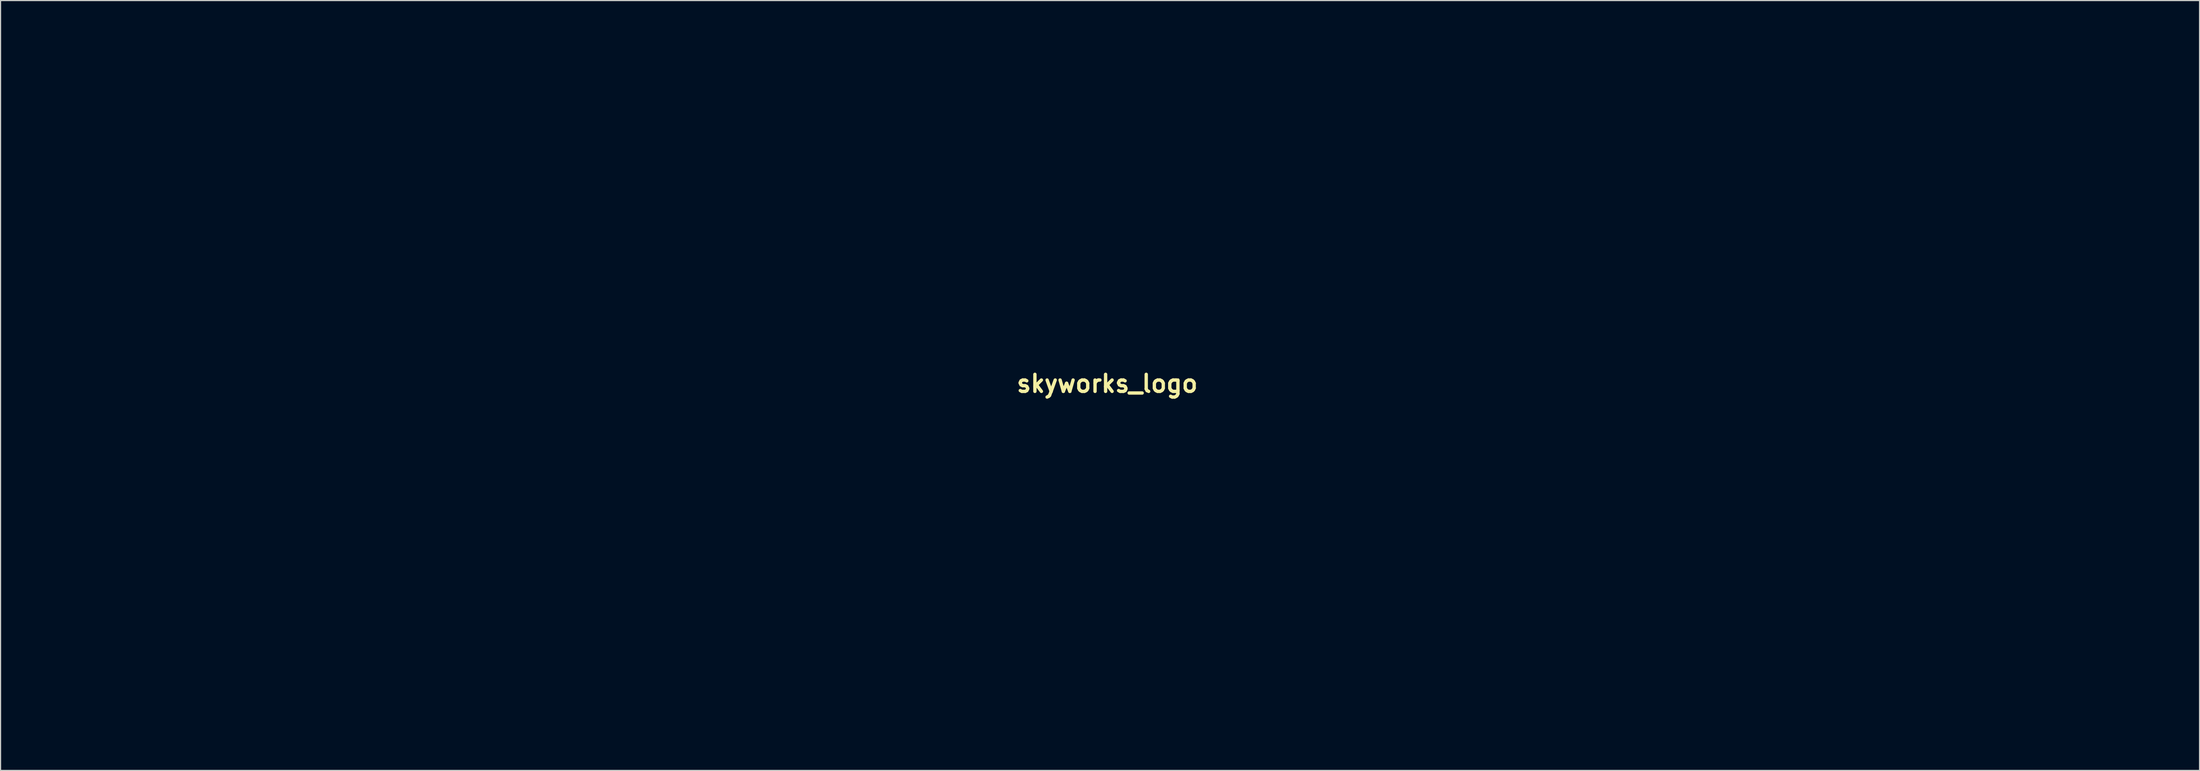
<source format=kicad_pcb>
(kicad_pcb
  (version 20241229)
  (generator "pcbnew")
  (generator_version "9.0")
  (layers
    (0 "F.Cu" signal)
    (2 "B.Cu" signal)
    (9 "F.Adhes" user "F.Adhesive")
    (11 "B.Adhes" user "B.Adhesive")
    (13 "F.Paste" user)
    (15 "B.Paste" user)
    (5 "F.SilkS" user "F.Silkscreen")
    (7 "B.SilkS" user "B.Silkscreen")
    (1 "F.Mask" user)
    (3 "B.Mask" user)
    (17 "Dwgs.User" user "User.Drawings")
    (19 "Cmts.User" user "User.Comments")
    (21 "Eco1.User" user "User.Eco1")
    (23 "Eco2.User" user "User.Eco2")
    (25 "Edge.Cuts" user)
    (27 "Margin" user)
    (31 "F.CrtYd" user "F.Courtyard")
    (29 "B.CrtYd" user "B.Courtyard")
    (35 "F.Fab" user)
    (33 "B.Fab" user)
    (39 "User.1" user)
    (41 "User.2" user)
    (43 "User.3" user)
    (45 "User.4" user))
  (footprint "skyworks_logo"
    (layer "F.Cu")
    (at 95.842 31.243)
    (property "Reference" "skyworks_logo" (at 0 0 0) (layer "F.SilkS") (effects (font (size 1.524 1.524) (thickness 0.3))))
    (attr through_hole)
    (fp_poly (pts (xy 76.793 -1.185) (xy 71.12 -1.185) (xy 71.12 8.128) (xy 77.555 8.128) (xy 77.555 10.245) (xy 62.315 10.245) (xy 62.315 8.128) (xy 68.665 8.128) (xy 68.665 -1.185) (xy 63.161 -1.185) (xy 63.161 -3.217) (xy 76.793 -3.217) (xy 76.793 -1.185)) (stroke (width 0.01) (type solid)) (fill no) (layer "Eco2.User"))
    (fp_poly (pts (xy 55.945 0.19) (xy 56.719 0.567) (xy 57.456 0.932) (xy 58.142 1.28) (xy 58.762 1.601) (xy 59.302 1.889) (xy 59.747 2.134) (xy 60.083 2.331) (xy 60.294 2.47) (xy 60.367 2.544) (xy 60.329 2.647) (xy 60.228 2.853) (xy 60.085 3.127) (xy 59.919 3.431) (xy 59.751 3.73) (xy 59.601 3.986) (xy 59.489 4.164) (xy 59.436 4.226) (xy 59.352 4.184) (xy 59.148 4.071) (xy 58.847 3.9) (xy 58.475 3.685) (xy 58.166 3.506) (xy 57.686 3.232) (xy 57.104 2.912) (xy 56.472 2.571) (xy 55.84 2.238) (xy 55.309 1.966) (xy 54.831 1.721) (xy 54.407 1.498) (xy 54.062 1.31) (xy 53.815 1.169) (xy 53.691 1.085) (xy 53.679 1.072) (xy 53.726 0.977) (xy 53.852 0.778) (xy 54.036 0.508) (xy 54.188 0.295) (xy 54.697 -0.411) (xy 55.945 0.19)) (stroke (width 0.01) (type solid)) (fill no) (layer "Eco2.User"))
    (fp_poly (pts (xy 79.35 20.267) (xy 79.59 20.335) (xy 79.705 20.456) (xy 79.733 20.609) (xy 79.75 20.869) (xy 79.757 21.196) (xy 79.755 21.551) (xy 79.744 21.892) (xy 79.726 22.18) (xy 79.701 22.375) (xy 79.673 22.437) (xy 79.545 22.416) (xy 79.323 22.365) (xy 79.226 22.34) (xy 78.698 22.277) (xy 78.21 22.371) (xy 77.783 22.61) (xy 77.442 22.986) (xy 77.331 23.178) (xy 77.283 23.293) (xy 77.244 23.434) (xy 77.213 23.622) (xy 77.189 23.879) (xy 77.17 24.228) (xy 77.155 24.689) (xy 77.14 25.283) (xy 77.131 25.739) (xy 77.089 27.982) (xy 75.925 28.006) (xy 74.761 28.029) (xy 74.761 20.405) (xy 77.131 20.405) (xy 77.132 21.061) (xy 77.133 21.717) (xy 77.388 21.273) (xy 77.586 20.987) (xy 77.819 20.733) (xy 77.958 20.621) (xy 78.296 20.446) (xy 78.665 20.326) (xy 79.029 20.265) (xy 79.35 20.267)) (stroke (width 0.01) (type solid)) (fill no) (layer "Eco2.User"))
    (fp_poly (pts (xy 53.417 -4.405) (xy 53.472 -4.323) (xy 53.536 -4.16) (xy 53.623 -3.89) (xy 53.743 -3.489) (xy 53.767 -3.408) (xy 53.949 -2.794) (xy 60.113 -2.794) (xy 60.113 0.598) (xy 59.118 0.574) (xy 58.124 0.55) (xy 58.099 -0.233) (xy 58.075 -1.017) (xy 52.681 -0.995) (xy 47.286 -0.974) (xy 47.262 -0.191) (xy 47.238 0.593) (xy 46.281 0.593) (xy 45.895 0.588) (xy 45.575 0.577) (xy 45.355 0.56) (xy 45.275 0.543) (xy 45.259 0.446) (xy 45.244 0.207) (xy 45.232 -0.147) (xy 45.222 -0.591) (xy 45.216 -1.097) (xy 45.216 -1.151) (xy 45.206 -2.794) (xy 48.426 -2.794) (xy 49.146 -2.796) (xy 49.809 -2.8) (xy 50.399 -2.807) (xy 50.895 -2.817) (xy 51.28 -2.828) (xy 51.535 -2.841) (xy 51.643 -2.855) (xy 51.645 -2.857) (xy 51.621 -2.963) (xy 51.558 -3.187) (xy 51.469 -3.485) (xy 51.443 -3.567) (xy 51.243 -4.213) (xy 52.186 -4.317) (xy 52.582 -4.36) (xy 52.927 -4.397) (xy 53.18 -4.423) (xy 53.288 -4.433) (xy 53.36 -4.434) (xy 53.417 -4.405)) (stroke (width 0.01) (type solid)) (fill no) (layer "Eco2.User"))
    (fp_poly (pts (xy 83.163 20.321) (xy 83.185 23.878) (xy 84.286 22.145) (xy 85.386 20.412) (xy 86.762 20.408) (xy 87.223 20.41) (xy 87.619 20.415) (xy 87.92 20.425) (xy 88.1 20.437) (xy 88.138 20.447) (xy 88.089 20.523) (xy 87.95 20.714) (xy 87.735 21.004) (xy 87.458 21.372) (xy 87.133 21.801) (xy 86.825 22.204) (xy 86.47 22.673) (xy 86.155 23.102) (xy 85.893 23.471) (xy 85.696 23.762) (xy 85.58 23.954) (xy 85.553 24.026) (xy 85.616 24.131) (xy 85.76 24.344) (xy 85.964 24.635) (xy 86.209 24.974) (xy 86.258 25.042) (xy 86.574 25.474) (xy 86.944 25.98) (xy 87.321 26.498) (xy 87.661 26.963) (xy 87.663 26.966) (xy 88.403 27.982) (xy 87.027 28.006) (xy 86.47 28.011) (xy 86.064 28.006) (xy 85.787 27.989) (xy 85.622 27.958) (xy 85.553 27.921) (xy 85.482 27.822) (xy 85.334 27.601) (xy 85.122 27.278) (xy 84.86 26.875) (xy 84.562 26.412) (xy 84.32 26.035) (xy 83.185 24.257) (xy 83.162 26.141) (xy 83.139 28.025) (xy 80.772 28.025) (xy 80.772 16.764) (xy 83.141 16.764) (xy 83.163 20.321)) (stroke (width 0.01) (type solid)) (fill no) (layer "Eco2.User"))
    (fp_poly (pts (xy 39.116 23.914) (xy 39.659 23.07) (xy 39.94 22.632) (xy 40.265 22.126) (xy 40.586 21.623) (xy 40.781 21.318) (xy 41.36 20.411) (xy 42.74 20.408) (xy 43.269 20.409) (xy 43.648 20.417) (xy 43.894 20.434) (xy 44.026 20.459) (xy 44.063 20.496) (xy 44.058 20.511) (xy 43.99 20.605) (xy 43.835 20.815) (xy 43.607 21.119) (xy 43.322 21.497) (xy 42.995 21.929) (xy 42.775 22.218) (xy 42.43 22.672) (xy 42.12 23.084) (xy 41.86 23.435) (xy 41.664 23.703) (xy 41.546 23.869) (xy 41.519 23.913) (xy 41.557 24.015) (xy 41.698 24.25) (xy 41.94 24.616) (xy 42.284 25.11) (xy 42.726 25.731) (xy 43.267 26.478) (xy 43.841 27.263) (xy 44.371 27.982) (xy 43.038 28.006) (xy 42.576 28.012) (xy 42.171 28.013) (xy 41.856 28.009) (xy 41.661 28.001) (xy 41.615 27.995) (xy 41.547 27.917) (xy 41.401 27.715) (xy 41.19 27.409) (xy 40.928 27.018) (xy 40.628 26.561) (xy 40.342 26.118) (xy 39.158 24.276) (xy 39.136 26.15) (xy 39.113 28.025) (xy 36.745 28.025) (xy 36.745 16.764) (xy 39.116 16.764) (xy 39.116 23.914)) (stroke (width 0.01) (type solid)) (fill no) (layer "Eco2.User"))
    (fp_poly (pts (xy 69.541 20.253) (xy 70.12 20.306) (xy 70.623 20.4) (xy 70.875 20.478) (xy 71.59 20.836) (xy 72.188 21.309) (xy 72.66 21.888) (xy 72.996 22.563) (xy 73 22.576) (xy 73.131 23.078) (xy 73.207 23.677) (xy 73.227 24.309) (xy 73.186 24.909) (xy 73.111 25.315) (xy 72.836 26.068) (xy 72.434 26.717) (xy 71.916 27.256) (xy 71.294 27.678) (xy 70.581 27.978) (xy 69.787 28.147) (xy 68.925 28.179) (xy 68.186 28.101) (xy 67.386 27.892) (xy 66.693 27.554) (xy 66.112 27.093) (xy 65.651 26.517) (xy 65.314 25.833) (xy 65.109 25.047) (xy 65.055 24.554) (xy 67.42 24.554) (xy 67.532 25.134) (xy 67.749 25.624) (xy 68.061 26.006) (xy 68.46 26.263) (xy 68.675 26.334) (xy 69.069 26.374) (xy 69.516 26.331) (xy 69.928 26.218) (xy 70 26.187) (xy 70.24 26.031) (xy 70.433 25.837) (xy 70.435 25.834) (xy 70.607 25.505) (xy 70.747 25.07) (xy 70.839 24.595) (xy 70.866 24.203) (xy 70.813 23.509) (xy 70.656 22.945) (xy 70.394 22.512) (xy 70.031 22.213) (xy 69.565 22.048) (xy 69.173 22.013) (xy 68.634 22.085) (xy 68.188 22.296) (xy 67.838 22.644) (xy 67.589 23.123) (xy 67.443 23.731) (xy 67.423 23.904) (xy 67.42 24.554) (xy 65.055 24.554) (xy 65.05 24.511) (xy 65.068 23.624) (xy 65.228 22.823) (xy 65.523 22.115) (xy 65.951 21.506) (xy 66.506 21.003) (xy 67.184 20.613) (xy 67.909 20.36) (xy 68.38 20.278) (xy 68.943 20.243) (xy 69.541 20.253)) (stroke (width 0.01) (type solid)) (fill no) (layer "Eco2.User"))
    (fp_poly (pts (xy 51.001 0.336) (xy 51.273 0.618) (xy 51.478 0.856) (xy 51.594 1.024) (xy 51.611 1.09) (xy 51.516 1.176) (xy 51.302 1.335) (xy 50.994 1.551) (xy 50.617 1.807) (xy 50.196 2.086) (xy 49.755 2.372) (xy 49.32 2.649) (xy 48.915 2.9) (xy 48.566 3.108) (xy 48.533 3.127) (xy 48.207 3.319) (xy 47.938 3.485) (xy 47.759 3.604) (xy 47.703 3.651) (xy 47.777 3.664) (xy 48.006 3.675) (xy 48.376 3.684) (xy 48.872 3.692) (xy 49.479 3.699) (xy 50.184 3.703) (xy 50.972 3.705) (xy 51.828 3.705) (xy 52.739 3.703) (xy 52.785 3.703) (xy 57.912 3.683) (xy 57.912 4.592) (xy 57.912 5.5) (xy 53.721 5.546) (xy 53.675 8.467) (xy 60.283 8.467) (xy 60.283 10.329) (xy 45.043 10.329) (xy 45.043 8.467) (xy 51.647 8.467) (xy 51.647 5.503) (xy 47.413 5.503) (xy 47.413 4.657) (xy 47.409 4.301) (xy 47.398 4.019) (xy 47.382 3.847) (xy 47.369 3.81) (xy 47.279 3.846) (xy 47.074 3.941) (xy 46.791 4.079) (xy 46.641 4.154) (xy 46.337 4.303) (xy 46.097 4.413) (xy 45.955 4.469) (xy 45.931 4.472) (xy 45.863 4.371) (xy 45.74 4.168) (xy 45.582 3.896) (xy 45.409 3.592) (xy 45.241 3.29) (xy 45.099 3.028) (xy 45.001 2.839) (xy 44.969 2.76) (xy 44.969 2.759) (xy 45.055 2.716) (xy 45.262 2.62) (xy 45.556 2.486) (xy 45.805 2.375) (xy 46.524 2.034) (xy 47.299 1.629) (xy 48.077 1.19) (xy 48.807 0.745) (xy 49.438 0.324) (xy 49.53 0.258) (xy 50.334 -0.324) (xy 51.001 0.336)) (stroke (width 0.01) (type solid)) (fill no) (layer "Eco2.User"))
    (fp_poly (pts (xy 92.662 20.289) (xy 93.167 20.317) (xy 93.555 20.362) (xy 93.705 20.392) (xy 94.149 20.506) (xy 94.149 21.396) (xy 94.147 21.791) (xy 94.137 22.045) (xy 94.114 22.184) (xy 94.074 22.236) (xy 94.012 22.228) (xy 94.001 22.223) (xy 93.456 22.032) (xy 92.897 21.902) (xy 92.364 21.836) (xy 91.896 21.839) (xy 91.531 21.916) (xy 91.475 21.94) (xy 91.212 22.134) (xy 91.091 22.38) (xy 91.124 22.65) (xy 91.144 22.69) (xy 91.214 22.798) (xy 91.32 22.896) (xy 91.488 22.998) (xy 91.742 23.117) (xy 92.106 23.265) (xy 92.587 23.449) (xy 93.252 23.732) (xy 93.764 24.029) (xy 94.136 24.355) (xy 94.383 24.725) (xy 94.521 25.154) (xy 94.558 25.456) (xy 94.553 26.024) (xy 94.446 26.492) (xy 94.222 26.903) (xy 93.94 27.228) (xy 93.426 27.627) (xy 92.794 27.921) (xy 92.061 28.107) (xy 91.245 28.181) (xy 90.363 28.141) (xy 89.824 28.062) (xy 89.381 27.982) (xy 89.077 27.911) (xy 88.886 27.819) (xy 88.782 27.678) (xy 88.739 27.459) (xy 88.73 27.133) (xy 88.731 26.846) (xy 88.731 25.917) (xy 89.175 26.121) (xy 89.729 26.334) (xy 90.288 26.478) (xy 90.826 26.552) (xy 91.319 26.558) (xy 91.742 26.495) (xy 92.071 26.365) (xy 92.281 26.168) (xy 92.335 26.041) (xy 92.347 25.814) (xy 92.252 25.612) (xy 92.036 25.424) (xy 91.685 25.239) (xy 91.184 25.047) (xy 90.974 24.977) (xy 90.371 24.757) (xy 89.902 24.532) (xy 89.537 24.281) (xy 89.293 24.047) (xy 89.049 23.748) (xy 88.898 23.469) (xy 88.818 23.151) (xy 88.788 22.735) (xy 88.786 22.646) (xy 88.847 22.043) (xy 89.051 21.523) (xy 89.402 21.082) (xy 89.903 20.716) (xy 90.4 20.478) (xy 90.623 20.398) (xy 90.841 20.343) (xy 91.094 20.308) (xy 91.423 20.29) (xy 91.866 20.282) (xy 92.075 20.281) (xy 92.662 20.289)) (stroke (width 0.01) (type solid)) (fill no) (layer "Eco2.User"))
    (fp_poly (pts (xy 65.174 13.386) (xy 67.738 13.404) (xy 70.273 13.431) (xy 72.766 13.467) (xy 75.207 13.513) (xy 77.583 13.568) (xy 79.884 13.633) (xy 82.096 13.708) (xy 84.209 13.793) (xy 86.211 13.887) (xy 88.09 13.991) (xy 89.112 14.056) (xy 89.822 14.104) (xy 90.537 14.154) (xy 91.235 14.205) (xy 91.896 14.254) (xy 92.499 14.301) (xy 93.023 14.344) (xy 93.448 14.38) (xy 93.753 14.409) (xy 93.917 14.429) (xy 93.938 14.433) (xy 93.86 14.435) (xy 93.619 14.437) (xy 93.22 14.44) (xy 92.669 14.442) (xy 91.971 14.444) (xy 91.133 14.445) (xy 90.16 14.447) (xy 89.058 14.449) (xy 87.832 14.451) (xy 86.489 14.452) (xy 85.034 14.453) (xy 83.473 14.455) (xy 81.811 14.456) (xy 80.055 14.457) (xy 78.209 14.458) (xy 76.281 14.459) (xy 74.275 14.459) (xy 72.197 14.46) (xy 70.053 14.46) (xy 67.849 14.46) (xy 65.591 14.46) (xy 63.284 14.46) (xy 61.256 14.46) (xy 58.421 14.46) (xy 55.75 14.459) (xy 53.24 14.458) (xy 50.886 14.457) (xy 48.683 14.456) (xy 46.627 14.455) (xy 44.714 14.454) (xy 42.939 14.452) (xy 41.298 14.45) (xy 39.787 14.448) (xy 38.4 14.446) (xy 37.134 14.443) (xy 35.983 14.44) (xy 34.944 14.437) (xy 34.012 14.433) (xy 33.183 14.429) (xy 32.452 14.425) (xy 31.815 14.42) (xy 31.267 14.415) (xy 30.803 14.41) (xy 30.421 14.404) (xy 30.114 14.397) (xy 29.878 14.39) (xy 29.71 14.383) (xy 29.604 14.375) (xy 29.557 14.367) (xy 29.563 14.358) (xy 29.618 14.349) (xy 29.676 14.342) (xy 31.122 14.217) (xy 32.726 14.1) (xy 34.476 13.991) (xy 36.36 13.891) (xy 38.366 13.8) (xy 40.483 13.718) (xy 42.699 13.644) (xy 45.003 13.579) (xy 47.382 13.523) (xy 49.825 13.476) (xy 52.32 13.439) (xy 54.856 13.41) (xy 57.421 13.39) (xy 60.004 13.38) (xy 62.592 13.378) (xy 65.174 13.386)) (stroke (width 0.01) (type solid)) (fill no) (layer "Eco2.User"))
    (fp_poly (pts (xy 51.727 20.41) (xy 52.084 20.427) (xy 52.319 20.452) (xy 52.408 20.484) (xy 52.409 20.486) (xy 52.38 20.605) (xy 52.305 20.825) (xy 52.234 21.011) (xy 52.169 21.18) (xy 52.051 21.49) (xy 51.887 21.922) (xy 51.684 22.458) (xy 51.449 23.082) (xy 51.188 23.773) (xy 50.908 24.515) (xy 50.657 25.184) (xy 50.363 25.962) (xy 50.077 26.711) (xy 49.806 27.411) (xy 49.559 28.044) (xy 49.342 28.591) (xy 49.162 29.033) (xy 49.029 29.35) (xy 48.958 29.505) (xy 48.674 29.976) (xy 48.315 30.432) (xy 47.914 30.837) (xy 47.508 31.157) (xy 47.13 31.356) (xy 47.117 31.361) (xy 46.862 31.427) (xy 46.525 31.486) (xy 46.155 31.532) (xy 45.801 31.561) (xy 45.513 31.567) (xy 45.341 31.545) (xy 45.339 31.544) (xy 45.205 31.509) (xy 44.983 31.465) (xy 44.937 31.457) (xy 44.619 31.404) (xy 44.619 30.467) (xy 44.621 30.059) (xy 44.631 29.794) (xy 44.652 29.644) (xy 44.689 29.583) (xy 44.747 29.584) (xy 44.767 29.592) (xy 45.181 29.725) (xy 45.577 29.783) (xy 45.824 29.77) (xy 46.2 29.654) (xy 46.501 29.448) (xy 46.756 29.123) (xy 46.955 28.747) (xy 47.09 28.434) (xy 47.191 28.166) (xy 47.238 27.99) (xy 47.24 27.967) (xy 47.208 27.859) (xy 47.118 27.611) (xy 46.976 27.239) (xy 46.788 26.759) (xy 46.561 26.186) (xy 46.302 25.538) (xy 46.016 24.83) (xy 45.73 24.13) (xy 44.224 20.447) (xy 45.492 20.424) (xy 45.937 20.418) (xy 46.318 20.417) (xy 46.606 20.421) (xy 46.769 20.429) (xy 46.794 20.435) (xy 46.83 20.525) (xy 46.907 20.755) (xy 47.017 21.1) (xy 47.153 21.536) (xy 47.308 22.04) (xy 47.475 22.588) (xy 47.647 23.156) (xy 47.816 23.721) (xy 47.976 24.259) (xy 48.119 24.746) (xy 48.238 25.159) (xy 48.327 25.473) (xy 48.377 25.666) (xy 48.383 25.696) (xy 48.445 26.035) (xy 48.637 25.315) (xy 48.714 25.042) (xy 48.833 24.636) (xy 48.984 24.127) (xy 49.16 23.545) (xy 49.351 22.919) (xy 49.547 22.279) (xy 49.741 21.653) (xy 49.924 21.072) (xy 50.048 20.68) (xy 50.136 20.405) (xy 51.272 20.405) (xy 51.727 20.41)) (stroke (width 0.01) (type solid)) (fill no) (layer "Eco2.User"))
    (fp_poly (pts (xy 59.852 20.72) (xy 59.933 21.036) (xy 60.037 21.462) (xy 60.159 21.971) (xy 60.292 22.535) (xy 60.43 23.127) (xy 60.566 23.721) (xy 60.696 24.289) (xy 60.811 24.804) (xy 60.907 25.24) (xy 60.976 25.569) (xy 61.013 25.764) (xy 61.015 25.78) (xy 61.033 25.88) (xy 61.056 25.922) (xy 61.085 25.89) (xy 61.126 25.773) (xy 61.182 25.555) (xy 61.256 25.225) (xy 61.351 24.767) (xy 61.471 24.169) (xy 61.606 23.49) (xy 61.737 22.828) (xy 61.859 22.213) (xy 61.968 21.666) (xy 62.06 21.209) (xy 62.13 20.863) (xy 62.175 20.65) (xy 62.187 20.595) (xy 62.213 20.516) (xy 62.267 20.463) (xy 62.376 20.43) (xy 62.569 20.412) (xy 62.876 20.406) (xy 63.29 20.405) (xy 63.691 20.409) (xy 64.022 20.422) (xy 64.251 20.442) (xy 64.346 20.466) (xy 64.347 20.468) (xy 64.325 20.56) (xy 64.26 20.798) (xy 64.157 21.166) (xy 64.022 21.648) (xy 63.857 22.227) (xy 63.67 22.886) (xy 63.463 23.609) (xy 63.27 24.28) (xy 62.192 28.029) (xy 60.962 28.006) (xy 59.732 27.982) (xy 59.121 25.569) (xy 58.964 24.941) (xy 58.822 24.354) (xy 58.699 23.83) (xy 58.601 23.395) (xy 58.534 23.07) (xy 58.503 22.881) (xy 58.501 22.86) (xy 58.486 22.765) (xy 58.45 22.823) (xy 58.391 23.039) (xy 58.335 23.283) (xy 58.267 23.575) (xy 58.162 23.996) (xy 58.03 24.512) (xy 57.88 25.088) (xy 57.719 25.691) (xy 57.638 25.993) (xy 57.098 27.982) (xy 55.903 28.006) (xy 55.471 28.01) (xy 55.102 28.005) (xy 54.83 27.992) (xy 54.683 27.972) (xy 54.668 27.963) (xy 54.637 27.869) (xy 54.565 27.631) (xy 54.458 27.267) (xy 54.322 26.797) (xy 54.163 26.239) (xy 53.984 25.611) (xy 53.805 24.977) (xy 53.603 24.26) (xy 53.405 23.559) (xy 53.219 22.898) (xy 53.051 22.305) (xy 52.91 21.804) (xy 52.802 21.421) (xy 52.748 21.23) (xy 52.515 20.405) (xy 54.91 20.405) (xy 55.154 21.569) (xy 55.252 22.037) (xy 55.373 22.618) (xy 55.507 23.261) (xy 55.643 23.914) (xy 55.754 24.455) (xy 55.873 25.025) (xy 55.963 25.445) (xy 56.03 25.73) (xy 56.078 25.895) (xy 56.112 25.956) (xy 56.137 25.928) (xy 56.158 25.827) (xy 56.167 25.767) (xy 56.204 25.582) (xy 56.278 25.257) (xy 56.385 24.818) (xy 56.517 24.29) (xy 56.669 23.697) (xy 56.836 23.064) (xy 56.879 22.902) (xy 57.533 20.447) (xy 59.767 20.4) (xy 59.852 20.72)) (stroke (width 0.01) (type solid)) (fill no) (layer "Eco2.User"))
    (fp_poly (pts (xy 32.868 17.226) (xy 33.437 17.275) (xy 33.951 17.345) (xy 34.374 17.435) (xy 34.67 17.543) (xy 34.706 17.564) (xy 34.748 17.666) (xy 34.778 17.888) (xy 34.797 18.194) (xy 34.804 18.545) (xy 34.801 18.906) (xy 34.786 19.237) (xy 34.762 19.503) (xy 34.726 19.667) (xy 34.692 19.699) (xy 34.024 19.422) (xy 33.461 19.229) (xy 32.964 19.113) (xy 32.496 19.064) (xy 32.021 19.075) (xy 31.99 19.077) (xy 31.441 19.17) (xy 31.005 19.343) (xy 30.694 19.581) (xy 30.518 19.874) (xy 30.487 20.207) (xy 30.612 20.57) (xy 30.671 20.667) (xy 30.769 20.787) (xy 30.921 20.914) (xy 31.146 21.061) (xy 31.467 21.241) (xy 31.905 21.467) (xy 32.329 21.679) (xy 33.099 22.074) (xy 33.721 22.435) (xy 34.212 22.779) (xy 34.585 23.121) (xy 34.856 23.478) (xy 35.039 23.865) (xy 35.15 24.299) (xy 35.203 24.797) (xy 35.204 24.816) (xy 35.207 25.373) (xy 35.151 25.824) (xy 35.106 26.001) (xy 34.857 26.559) (xy 34.463 27.055) (xy 33.943 27.473) (xy 33.317 27.798) (xy 32.816 27.964) (xy 32.371 28.05) (xy 31.816 28.113) (xy 31.209 28.151) (xy 30.606 28.161) (xy 30.066 28.14) (xy 29.76 28.106) (xy 29.408 28.039) (xy 29.03 27.949) (xy 28.667 27.847) (xy 28.358 27.746) (xy 28.144 27.656) (xy 28.067 27.602) (xy 28.048 27.491) (xy 28.031 27.253) (xy 28.019 26.929) (xy 28.011 26.557) (xy 28.008 26.177) (xy 28.011 25.828) (xy 28.019 25.551) (xy 28.033 25.383) (xy 28.043 25.354) (xy 28.13 25.373) (xy 28.32 25.464) (xy 28.572 25.607) (xy 28.584 25.613) (xy 29.35 25.989) (xy 30.148 26.203) (xy 30.903 26.265) (xy 31.542 26.227) (xy 32.036 26.103) (xy 32.388 25.892) (xy 32.602 25.593) (xy 32.681 25.203) (xy 32.681 25.164) (xy 32.665 24.918) (xy 32.593 24.736) (xy 32.431 24.545) (xy 32.347 24.463) (xy 32.085 24.254) (xy 31.749 24.036) (xy 31.479 23.892) (xy 31.162 23.742) (xy 30.757 23.55) (xy 30.333 23.349) (xy 30.136 23.255) (xy 29.414 22.861) (xy 28.849 22.431) (xy 28.428 21.959) (xy 28.219 21.607) (xy 28.104 21.352) (xy 28.033 21.123) (xy 27.997 20.865) (xy 27.983 20.519) (xy 27.982 20.32) (xy 27.988 19.917) (xy 28.013 19.626) (xy 28.067 19.391) (xy 28.161 19.154) (xy 28.22 19.032) (xy 28.59 18.467) (xy 29.098 17.998) (xy 29.737 17.628) (xy 30.502 17.361) (xy 30.749 17.303) (xy 31.183 17.239) (xy 31.705 17.206) (xy 32.279 17.203) (xy 32.868 17.226)) (stroke (width 0.01) (type solid)) (fill no) (layer "Eco2.User"))
    (fp_poly (pts (xy 35.454 -3.451) (xy 42.206 -3.429) (xy 42.233 -2.675) (xy 42.24 -2.311) (xy 42.235 -1.991) (xy 42.219 -1.769) (xy 42.211 -1.723) (xy 42.161 -1.524) (xy 36.431 -1.524) (xy 36.375 -0.402) (xy 36.349 0.064) (xy 36.321 0.512) (xy 36.293 0.893) (xy 36.269 1.157) (xy 36.268 1.164) (xy 36.218 1.609) (xy 43.011 1.609) (xy 43.011 3.556) (xy 39.963 3.556) (xy 39.263 3.558) (xy 38.62 3.563) (xy 38.053 3.57) (xy 37.58 3.58) (xy 37.22 3.592) (xy 36.992 3.605) (xy 36.915 3.619) (xy 36.956 3.74) (xy 37.063 3.969) (xy 37.217 4.269) (xy 37.399 4.604) (xy 37.589 4.936) (xy 37.766 5.228) (xy 37.829 5.325) (xy 38.16 5.77) (xy 38.588 6.262) (xy 39.068 6.754) (xy 39.553 7.198) (xy 39.872 7.456) (xy 40.381 7.802) (xy 40.988 8.158) (xy 41.628 8.487) (xy 42.233 8.755) (xy 42.377 8.81) (xy 42.652 8.917) (xy 42.864 9.009) (xy 42.956 9.062) (xy 42.933 9.148) (xy 42.818 9.335) (xy 42.629 9.595) (xy 42.385 9.9) (xy 42.384 9.902) (xy 42.116 10.227) (xy 41.877 10.524) (xy 41.696 10.757) (xy 41.603 10.884) (xy 41.461 11.034) (xy 41.329 11.09) (xy 41.197 11.051) (xy 40.958 10.948) (xy 40.652 10.798) (xy 40.471 10.703) (xy 39.358 10.015) (xy 38.321 9.186) (xy 37.386 8.24) (xy 36.937 7.693) (xy 36.648 7.29) (xy 36.337 6.809) (xy 36.032 6.301) (xy 35.766 5.818) (xy 35.568 5.41) (xy 35.544 5.355) (xy 35.436 5.114) (xy 35.349 4.953) (xy 35.312 4.911) (xy 35.255 4.982) (xy 35.164 5.165) (xy 35.1 5.313) (xy 34.623 6.275) (xy 33.988 7.222) (xy 33.206 8.142) (xy 32.286 9.024) (xy 31.241 9.856) (xy 30.218 10.541) (xy 29.9 10.734) (xy 29.633 10.888) (xy 29.451 10.984) (xy 29.392 11.007) (xy 29.312 10.946) (xy 29.144 10.781) (xy 28.909 10.532) (xy 28.629 10.223) (xy 28.513 10.092) (xy 27.708 9.178) (xy 28.602 8.723) (xy 29.668 8.127) (xy 30.631 7.481) (xy 31.479 6.794) (xy 32.199 6.079) (xy 32.78 5.347) (xy 33.21 4.61) (xy 33.351 4.277) (xy 33.427 4.085) (xy 33.485 3.93) (xy 33.512 3.808) (xy 33.491 3.716) (xy 33.408 3.649) (xy 33.248 3.604) (xy 32.996 3.576) (xy 32.636 3.561) (xy 32.155 3.555) (xy 31.536 3.555) (xy 30.764 3.556) (xy 30.649 3.556) (xy 27.771 3.556) (xy 27.771 1.609) (xy 34.021 1.609) (xy 34.073 1.291) (xy 34.117 0.973) (xy 34.163 0.55) (xy 34.209 0.077) (xy 34.248 -0.393) (xy 34.276 -0.807) (xy 34.288 -1.109) (xy 34.288 -1.122) (xy 34.29 -1.524) (xy 28.702 -1.524) (xy 28.702 -3.472) (xy 35.454 -3.451)) (stroke (width 0.01) (type solid)) (fill no) (layer "Eco2.User"))
    (fp_poly (pts (xy 83.123 -2.349) (xy 83.146 -0.339) (xy 84.667 -0.339) (xy 84.667 1.609) (xy 83.143 1.609) (xy 83.143 4.318) (xy 83.144 5.1) (xy 83.149 5.727) (xy 83.157 6.213) (xy 83.169 6.571) (xy 83.187 6.816) (xy 83.209 6.962) (xy 83.238 7.022) (xy 83.249 7.025) (xy 83.668 6.948) (xy 84.106 6.749) (xy 84.382 6.556) (xy 84.808 6.151) (xy 85.247 5.634) (xy 85.662 5.053) (xy 86.018 4.459) (xy 86.154 4.191) (xy 86.363 3.747) (xy 86.502 3.435) (xy 86.563 3.233) (xy 86.543 3.116) (xy 86.436 3.062) (xy 86.237 3.047) (xy 85.941 3.048) (xy 85.9 3.048) (xy 85.175 3.048) (xy 85.179 1.312) (xy 87.645 -0.275) (xy 90.111 -1.863) (xy 87.643 -1.863) (xy 85.175 -1.863) (xy 85.175 -3.641) (xy 89.189 -3.641) (xy 90.001 -3.64) (xy 90.764 -3.637) (xy 91.46 -3.632) (xy 92.072 -3.625) (xy 92.583 -3.618) (xy 92.976 -3.609) (xy 93.234 -3.599) (xy 93.338 -3.589) (xy 93.402 -3.536) (xy 93.441 -3.415) (xy 93.461 -3.195) (xy 93.466 -2.845) (xy 93.466 -2.721) (xy 93.459 -1.905) (xy 88.632 1.312) (xy 94.515 1.357) (xy 94.457 3.959) (xy 94.428 5.135) (xy 94.394 6.149) (xy 94.356 7.01) (xy 94.314 7.726) (xy 94.265 8.305) (xy 94.211 8.756) (xy 94.15 9.085) (xy 94.106 9.24) (xy 93.889 9.678) (xy 93.569 10.087) (xy 93.195 10.41) (xy 93.035 10.506) (xy 92.789 10.596) (xy 92.446 10.676) (xy 92.037 10.744) (xy 91.597 10.795) (xy 91.156 10.829) (xy 90.749 10.843) (xy 90.408 10.834) (xy 90.165 10.8) (xy 90.053 10.738) (xy 90.051 10.732) (xy 90.025 10.609) (xy 89.976 10.358) (xy 89.912 10.02) (xy 89.856 9.716) (xy 89.69 8.805) (xy 90.616 8.805) (xy 91.162 8.791) (xy 91.571 8.741) (xy 91.872 8.646) (xy 92.095 8.497) (xy 92.269 8.283) (xy 92.283 8.26) (xy 92.348 8.116) (xy 92.405 7.897) (xy 92.457 7.588) (xy 92.504 7.178) (xy 92.548 6.651) (xy 92.589 5.994) (xy 92.631 5.194) (xy 92.669 4.339) (xy 92.723 3.048) (xy 92.21 3.048) (xy 91.923 3.054) (xy 91.763 3.083) (xy 91.686 3.148) (xy 91.657 3.239) (xy 91.341 4.546) (xy 90.976 5.717) (xy 90.551 6.78) (xy 90.053 7.762) (xy 89.551 8.578) (xy 89.324 8.894) (xy 89.048 9.245) (xy 88.74 9.611) (xy 88.422 9.971) (xy 88.112 10.303) (xy 87.83 10.587) (xy 87.595 10.802) (xy 87.427 10.928) (xy 87.346 10.942) (xy 87.346 10.941) (xy 87.254 10.854) (xy 87.056 10.698) (xy 86.783 10.498) (xy 86.59 10.362) (xy 86.287 10.15) (xy 86.035 9.971) (xy 85.866 9.849) (xy 85.818 9.812) (xy 85.848 9.733) (xy 85.984 9.563) (xy 86.204 9.323) (xy 86.489 9.036) (xy 86.604 8.925) (xy 87.494 8) (xy 88.246 7.05) (xy 88.845 6.095) (xy 88.879 6.031) (xy 89.067 5.639) (xy 89.274 5.146) (xy 89.479 4.605) (xy 89.663 4.07) (xy 89.807 3.595) (xy 89.873 3.323) (xy 89.929 3.048) (xy 89.182 3.049) (xy 88.434 3.05) (xy 88.237 3.705) (xy 87.971 4.456) (xy 87.625 5.232) (xy 87.221 5.994) (xy 86.782 6.701) (xy 86.33 7.315) (xy 85.947 7.74) (xy 85.522 8.155) (xy 85.144 7.845) (xy 84.931 7.678) (xy 84.774 7.565) (xy 84.716 7.535) (xy 84.692 7.613) (xy 84.675 7.818) (xy 84.667 8.109) (xy 84.667 8.159) (xy 84.667 8.782) (xy 83.926 8.927) (xy 83.605 8.992) (xy 83.16 9.085) (xy 82.632 9.198) (xy 82.062 9.322) (xy 81.497 9.447) (xy 80.844 9.587) (xy 80.348 9.684) (xy 80.004 9.737) (xy 79.807 9.748) (xy 79.752 9.729) (xy 79.706 9.594) (xy 79.648 9.341) (xy 79.585 9.015) (xy 79.526 8.66) (xy 79.477 8.321) (xy 79.445 8.043) (xy 79.439 7.87) (xy 79.443 7.844) (xy 79.548 7.772) (xy 79.79 7.697) (xy 80.137 7.628) (xy 80.151 7.626) (xy 80.493 7.571) (xy 80.79 7.519) (xy 80.986 7.481) (xy 81.005 7.477) (xy 81.195 7.432) (xy 81.195 1.609) (xy 79.502 1.609) (xy 79.502 -0.339) (xy 81.192 -0.339) (xy 81.215 -2.349) (xy 81.238 -4.36) (xy 83.1 -4.36) (xy 83.123 -2.349)) (stroke (width 0.01) (type solid)) (fill no) (layer "Eco2.User"))
    (fp_poly (pts (xy -68.637 -31.205) (xy -66.261 -31.084) (xy -64.123 -30.901) (xy -61.175 -30.542) (xy -58.135 -30.059) (xy -55.022 -29.458) (xy -51.854 -28.743) (xy -48.65 -27.918) (xy -45.429 -26.99) (xy -42.209 -25.963) (xy -39.008 -24.842) (xy -35.846 -23.631) (xy -34.703 -23.167) (xy -31.804 -21.92) (xy -29.001 -20.611) (xy -26.301 -19.243) (xy -23.71 -17.823) (xy -21.235 -16.353) (xy -18.883 -14.838) (xy -16.661 -13.284) (xy -14.576 -11.694) (xy -12.635 -10.074) (xy -10.844 -8.427) (xy -9.211 -6.759) (xy -8.226 -5.651) (xy -7.52 -4.826) (xy -7.168 -5.04) (xy -5.535 -5.939) (xy -3.85 -6.678) (xy -2.108 -7.259) (xy -0.302 -7.683) (xy 0.974 -7.885) (xy 1.537 -7.937) (xy 2.218 -7.97) (xy 2.974 -7.984) (xy 3.757 -7.98) (xy 4.522 -7.957) (xy 5.223 -7.916) (xy 5.816 -7.859) (xy 5.969 -7.838) (xy 7.613 -7.53) (xy 9.158 -7.115) (xy 10.647 -6.579) (xy 11.815 -6.059) (xy 12.716 -5.595) (xy 13.633 -5.068) (xy 14.513 -4.51) (xy 15.302 -3.955) (xy 15.532 -3.779) (xy 16.864 -2.627) (xy 18.091 -1.35) (xy 19.204 0.038) (xy 20.193 1.522) (xy 21.049 3.088) (xy 21.764 4.722) (xy 22.328 6.409) (xy 22.524 7.157) (xy 22.842 8.814) (xy 23.018 10.521) (xy 23.052 12.247) (xy 22.944 13.96) (xy 22.693 15.628) (xy 22.52 16.412) (xy 22.001 18.184) (xy 21.332 19.88) (xy 20.518 21.493) (xy 19.565 23.017) (xy 18.476 24.446) (xy 17.258 25.774) (xy 15.914 26.993) (xy 14.45 28.098) (xy 13.006 29.004) (xy 11.454 29.797) (xy 9.82 30.449) (xy 8.123 30.956) (xy 6.382 31.313) (xy 4.615 31.516) (xy 2.84 31.562) (xy 1.905 31.521) (xy 0.113 31.315) (xy -1.642 30.946) (xy -3.35 30.418) (xy -5.002 29.737) (xy -6.588 28.906) (xy -8.098 27.93) (xy -9.524 26.813) (xy -10.711 25.708) (xy -11.959 24.341) (xy -12.432 23.723) (xy -9.994 23.723) (xy -9.985 23.795) (xy -9.869 23.96) (xy -9.664 24.2) (xy -9.387 24.496) (xy -9.057 24.828) (xy -8.693 25.177) (xy -8.312 25.524) (xy -8.086 25.722) (xy -6.679 26.824) (xy -5.215 27.774) (xy -3.699 28.568) (xy -2.139 29.203) (xy -0.539 29.676) (xy 0.72 29.929) (xy 1.171 29.98) (xy 1.748 30.011) (xy 2.408 30.024) (xy 3.11 30.02) (xy 3.811 29.998) (xy 4.468 29.961) (xy 5.04 29.908) (xy 5.419 29.853) (xy 5.963 29.748) (xy 6.45 29.645) (xy 6.857 29.549) (xy 7.159 29.467) (xy 7.333 29.404) (xy 7.366 29.376) (xy 7.289 29.335) (xy 7.088 29.282) (xy 6.805 29.226) (xy 6.795 29.225) (xy 6.303 29.127) (xy 5.705 28.982) (xy 5.052 28.805) (xy 4.397 28.611) (xy 3.789 28.414) (xy 3.282 28.23) (xy 3.265 28.223) (xy 1.79 27.567) (xy 0.443 26.823) (xy -0.795 25.977) (xy -1.886 25.072) (xy -2.459 24.553) (xy -3.452 24.553) (xy -4.619 24.517) (xy -5.876 24.414) (xy -6.076 24.389) (xy 0.717 24.389) (xy 0.759 24.472) (xy 0.913 24.64) (xy 1.159 24.874) (xy 1.475 25.156) (xy 1.839 25.467) (xy 2.229 25.789) (xy 2.625 26.102) (xy 3.003 26.39) (xy 3.334 26.626) (xy 3.777 26.919) (xy 4.278 27.234) (xy 4.761 27.525) (xy 5.038 27.682) (xy 5.36 27.852) (xy 5.76 28.049) (xy 6.209 28.261) (xy 6.678 28.476) (xy 7.137 28.679) (xy 7.557 28.858) (xy 7.908 29) (xy 8.162 29.091) (xy 8.279 29.12) (xy 8.402 29.093) (xy 8.641 29.017) (xy 8.954 28.905) (xy 9.126 28.839) (xy 9.574 28.659) (xy 10.043 28.458) (xy 10.498 28.252) (xy 10.905 28.059) (xy 11.229 27.893) (xy 11.438 27.77) (xy 11.463 27.752) (xy 11.523 27.697) (xy 11.552 27.626) (xy 11.545 27.514) (xy 11.495 27.333) (xy 11.397 27.057) (xy 11.243 26.659) (xy 11.178 26.493) (xy 10.843 25.644) (xy 10.523 24.847) (xy 10.224 24.115) (xy 9.952 23.462) (xy 9.712 22.9) (xy 9.51 22.444) (xy 9.353 22.108) (xy 9.245 21.904) (xy 9.196 21.845) (xy 9.073 21.879) (xy 8.852 21.967) (xy 8.636 22.064) (xy 7.656 22.491) (xy 6.587 22.9) (xy 5.466 23.279) (xy 4.334 23.617) (xy 3.229 23.901) (xy 2.19 24.121) (xy 1.256 24.265) (xy 1.246 24.266) (xy 0.976 24.307) (xy 0.782 24.355) (xy 0.717 24.389) (xy -6.076 24.389) (xy -7.16 24.252) (xy -8.408 24.037) (xy -9.214 23.864) (xy -9.543 23.791) (xy -9.809 23.741) (xy -9.97 23.721) (xy -9.994 23.723) (xy -12.432 23.723) (xy -13.051 22.916) (xy -13.99 21.424) (xy -14.781 19.859) (xy -15.427 18.214) (xy -15.931 16.48) (xy -16.298 14.652) (xy -16.356 14.266) (xy -16.363 14.196) (xy -14.286 14.196) (xy -14.266 14.372) (xy -14.068 15.582) (xy -13.799 16.769) (xy -13.471 17.883) (xy -13.148 18.754) (xy -12.744 19.644) (xy -12.261 20.569) (xy -11.729 21.48) (xy -11.178 22.324) (xy -10.674 23.002) (xy -10.547 23.162) (xy -10.439 23.282) (xy -10.322 23.369) (xy -10.171 23.433) (xy -9.958 23.483) (xy -9.656 23.527) (xy -9.237 23.574) (xy -8.733 23.627) (xy -8.474 23.644) (xy -8.09 23.656) (xy -7.61 23.663) (xy -7.061 23.665) (xy -6.471 23.664) (xy -5.87 23.658) (xy -5.286 23.649) (xy -4.746 23.636) (xy -4.279 23.621) (xy -3.913 23.603) (xy -3.677 23.582) (xy -3.625 23.573) (xy -3.398 23.52) (xy -3.805 22.999) (xy -4.561 21.941) (xy -5.286 20.747) (xy -5.964 19.448) (xy -6.58 18.076) (xy -7.119 16.665) (xy -7.564 15.245) (xy -7.577 15.198) (xy -7.764 14.52) (xy -9.618 14.465) (xy -10.788 14.412) (xy -11.855 14.327) (xy -12.355 14.266) (xy -5.165 14.266) (xy -5.134 14.371) (xy -5.051 14.604) (xy -4.926 14.934) (xy -4.771 15.332) (xy -4.599 15.769) (xy -4.419 16.215) (xy -4.244 16.641) (xy -4.086 17.017) (xy -4.036 17.133) (xy -3.778 17.699) (xy -3.476 18.31) (xy -3.141 18.948) (xy -2.784 19.596) (xy -2.415 20.236) (xy -2.047 20.851) (xy -1.689 21.423) (xy -1.352 21.935) (xy -1.046 22.369) (xy -0.784 22.707) (xy -0.576 22.932) (xy -0.431 23.026) (xy -0.417 23.028) (xy -0.288 23.007) (xy -0.032 22.949) (xy 0.318 22.862) (xy 0.726 22.754) (xy 0.811 22.732) (xy 2.785 22.12) (xy 4.696 21.378) (xy 5.302 21.092) (xy 10.853 21.092) (xy 10.88 21.281) (xy 10.944 21.577) (xy 11.028 21.938) (xy 11.256 22.983) (xy 11.474 24.123) (xy 11.668 25.28) (xy 11.817 26.31) (xy 11.875 26.723) (xy 11.933 27.067) (xy 11.985 27.312) (xy 12.024 27.427) (xy 12.031 27.432) (xy 12.123 27.387) (xy 12.327 27.264) (xy 12.617 27.08) (xy 12.966 26.852) (xy 13.098 26.763) (xy 13.495 26.49) (xy 13.873 26.219) (xy 14.192 25.977) (xy 14.415 25.793) (xy 14.442 25.768) (xy 14.594 25.615) (xy 14.706 25.465) (xy 14.796 25.28) (xy 14.88 25.022) (xy 14.976 24.652) (xy 14.989 24.596) (xy 15.748 24.596) (xy 16.339 23.983) (xy 16.654 23.64) (xy 17.009 23.222) (xy 17.35 22.797) (xy 17.51 22.586) (xy 18.432 21.206) (xy 19.191 19.786) (xy 19.793 18.316) (xy 20.24 16.786) (xy 20.458 15.706) (xy 20.514 15.264) (xy 20.558 14.694) (xy 20.589 14.037) (xy 20.608 13.334) (xy 20.612 12.627) (xy 20.602 11.956) (xy 20.576 11.362) (xy 20.544 10.971) (xy 20.472 10.3) (xy 19.908 11.397) (xy 19.63 11.913) (xy 19.3 12.491) (xy 18.96 13.057) (xy 18.675 13.507) (xy 18.008 14.52) (xy 18.025 15.409) (xy 17.977 17.016) (xy 17.778 18.648) (xy 17.433 20.27) (xy 16.95 21.852) (xy 16.337 23.359) (xy 16.253 23.537) (xy 15.748 24.596) (xy 14.989 24.596) (xy 15.019 24.474) (xy 15.272 23.31) (xy 15.483 22.122) (xy 15.647 20.947) (xy 15.759 19.823) (xy 15.816 18.786) (xy 15.817 18.016) (xy 15.79 17.108) (xy 14.986 17.836) (xy 13.967 18.717) (xy 12.962 19.496) (xy 11.98 20.176) (xy 11.632 20.406) (xy 11.324 20.611) (xy 11.089 20.769) (xy 10.967 20.853) (xy 10.898 20.91) (xy 10.859 20.979) (xy 10.853 21.092) (xy 5.302 21.092) (xy 6.515 20.52) (xy 7.372 20.055) (xy 8.28 19.54) (xy 7.899 18.681) (xy 7.568 17.94) (xy 7.234 17.206) (xy 6.881 16.446) (xy 6.496 15.632) (xy 6.065 14.733) (xy 5.572 13.717) (xy 5.5 13.57) (xy 4.418 11.35) (xy 3.542 11.762) (xy 2.505 12.215) (xy 1.369 12.651) (xy 0.174 13.057) (xy -1.042 13.423) (xy -2.24 13.736) (xy -3.382 13.985) (xy -4.429 14.16) (xy -4.678 14.191) (xy -4.939 14.224) (xy -5.115 14.252) (xy -5.165 14.266) (xy -12.355 14.266) (xy -12.797 14.212) (xy -13.595 14.069) (xy -13.674 14.051) (xy -13.997 13.984) (xy -14.187 13.974) (xy -14.273 14.04) (xy -14.286 14.196) (xy -16.363 14.196) (xy -16.408 13.763) (xy -16.443 13.132) (xy -16.459 12.492) (xy -14.309 12.492) (xy -14.305 12.942) (xy -14.295 13.33) (xy -14.281 13.626) (xy -14.262 13.798) (xy -14.252 13.829) (xy -14.147 13.851) (xy -13.901 13.867) (xy -13.544 13.878) (xy -13.102 13.883) (xy -12.605 13.882) (xy -12.082 13.876) (xy -11.561 13.866) (xy -11.07 13.85) (xy -10.639 13.83) (xy -10.294 13.806) (xy -10.245 13.801) (xy -9.623 13.734) (xy -9.078 13.666) (xy -8.629 13.6) (xy -8.294 13.539) (xy -8.094 13.487) (xy -8.043 13.454) (xy -8.06 13.344) (xy -8.103 13.116) (xy -8.163 12.82) (xy -8.165 12.811) (xy -8.325 11.995) (xy -8.45 11.22) (xy -8.544 10.45) (xy -8.61 9.645) (xy -8.652 8.77) (xy -8.672 7.785) (xy -8.676 7.154) (xy -8.666 6.017) (xy -8.632 5.016) (xy -8.57 4.116) (xy -8.486 3.387) (xy -7.065 3.387) (xy -7.062 4.286) (xy -7.049 5.053) (xy -7.024 5.726) (xy -6.981 6.343) (xy -6.918 6.939) (xy -6.832 7.554) (xy -6.719 8.225) (xy -6.575 8.988) (xy -6.518 9.278) (xy -6.423 9.735) (xy -6.304 10.262) (xy -6.172 10.823) (xy -6.035 11.383) (xy -5.901 11.907) (xy -5.78 12.358) (xy -5.68 12.702) (xy -5.632 12.848) (xy -5.604 12.906) (xy -5.554 12.937) (xy -5.455 12.936) (xy -5.281 12.9) (xy -5.006 12.824) (xy -4.604 12.704) (xy -4.442 12.655) (xy -3.177 12.252) (xy -2.023 11.842) (xy -0.925 11.402) (xy 0.175 10.909) (xy 1.025 10.496) (xy 1.575 10.217) (xy 1.702 10.15) (xy 6.689 10.15) (xy 6.724 10.245) (xy 6.823 10.467) (xy 6.974 10.794) (xy 7.166 11.201) (xy 7.389 11.665) (xy 7.443 11.778) (xy 8.117 13.24) (xy 8.769 14.789) (xy 9.363 16.342) (xy 9.669 17.212) (xy 9.808 17.607) (xy 9.933 17.937) (xy 10.032 18.172) (xy 10.095 18.283) (xy 10.103 18.288) (xy 10.199 18.24) (xy 10.391 18.113) (xy 10.64 17.932) (xy 10.696 17.89) (xy 11.38 17.341) (xy 12.121 16.701) (xy 12.88 16.003) (xy 13.621 15.285) (xy 14.305 14.582) (xy 14.894 13.93) (xy 15.01 13.793) (xy 15.407 13.32) (xy 15.16 12.311) (xy 14.703 10.73) (xy 14.108 9.138) (xy 13.395 7.583) (xy 12.688 6.289) (xy 12.176 5.423) (xy 11.062 6.552) (xy 9.711 7.827) (xy 8.315 8.956) (xy 7.44 9.574) (xy 7.133 9.787) (xy 6.886 9.97) (xy 6.73 10.1) (xy 6.689 10.15) (xy 1.702 10.15) (xy 2.103 9.94) (xy 2.579 9.683) (xy 2.97 9.462) (xy 3.246 9.294) (xy 3.282 9.27) (xy 3.257 9.188) (xy 3.155 8.976) (xy 2.984 8.649) (xy 2.752 8.222) (xy 2.469 7.712) (xy 2.144 7.132) (xy 1.784 6.5) (xy 1.398 5.829) (xy 0.995 5.136) (xy 0.584 4.436) (xy 0.268 3.903) (xy -0.132 3.241) (xy -0.565 2.544) (xy -1.021 1.826) (xy -1.49 1.102) (xy -1.962 0.386) (xy -2.428 -0.309) (xy -2.878 -0.968) (xy -3.301 -1.576) (xy -3.689 -2.119) (xy -4.032 -2.584) (xy -4.319 -2.956) (xy -4.54 -3.22) (xy -4.688 -3.363) (xy -4.733 -3.384) (xy -4.839 -3.348) (xy -5.053 -3.252) (xy -5.335 -3.115) (xy -5.644 -2.96) (xy -5.94 -2.806) (xy -6.181 -2.673) (xy -6.327 -2.583) (xy -6.34 -2.573) (xy -6.381 -2.472) (xy -6.447 -2.234) (xy -6.53 -1.889) (xy -6.623 -1.467) (xy -6.721 -0.998) (xy -6.815 -0.511) (xy -6.877 -0.169) (xy -6.933 0.165) (xy -6.977 0.479) (xy -7.009 0.8) (xy -7.033 1.157) (xy -7.049 1.576) (xy -7.059 2.085) (xy -7.064 2.712) (xy -7.065 3.387) (xy -8.486 3.387) (xy -8.475 3.286) (xy -8.342 2.492) (xy -8.169 1.701) (xy -7.951 0.881) (xy -7.828 0.466) (xy -7.689 0.022) (xy -7.55 -0.386) (xy -7.394 -0.802) (xy -7.204 -1.272) (xy -6.963 -1.841) (xy -6.904 -1.978) (xy -6.763 -2.305) (xy -7.043 -2.111) (xy -8.075 -1.326) (xy -9.083 -0.427) (xy -10.019 0.542) (xy -10.836 1.534) (xy -10.852 1.555) (xy -11.732 2.87) (xy -12.493 4.293) (xy -13.128 5.807) (xy -13.632 7.395) (xy -14.001 9.039) (xy -14.228 10.724) (xy -14.309 12.431) (xy -14.309 12.492) (xy -16.459 12.492) (xy -16.461 12.416) (xy -16.463 11.654) (xy -16.449 10.89) (xy -16.419 10.164) (xy -16.374 9.517) (xy -16.314 8.992) (xy -16.311 8.975) (xy -15.955 7.181) (xy -15.444 5.439) (xy -14.785 3.76) (xy -13.985 2.154) (xy -13.05 0.632) (xy -11.985 -0.797) (xy -10.796 -2.122) (xy -9.491 -3.333) (xy -9.213 -3.555) (xy -4.417 -3.555) (xy -3.669 -2.976) (xy -2.375 -1.9) (xy -1.074 -0.67) (xy 0.22 0.701) (xy 1.494 2.198) (xy 2.422 3.386) (xy 2.746 3.828) (xy 3.116 4.35) (xy 3.511 4.922) (xy 3.91 5.51) (xy 4.29 6.084) (xy 4.631 6.611) (xy 4.911 7.059) (xy 5.08 7.345) (xy 5.231 7.603) (xy 5.352 7.79) (xy 5.417 7.871) (xy 5.419 7.871) (xy 5.498 7.823) (xy 5.686 7.69) (xy 5.959 7.488) (xy 6.294 7.235) (xy 6.478 7.095) (xy 6.751 6.873) (xy 7.094 6.577) (xy 7.49 6.224) (xy 7.92 5.83) (xy 8.367 5.412) (xy 8.814 4.987) (xy 9.242 4.572) (xy 9.635 4.185) (xy 9.974 3.84) (xy 10.243 3.557) (xy 10.423 3.351) (xy 10.463 3.292) (xy 13.712 3.292) (xy 14.336 4.207) (xy 15.349 5.835) (xy 16.201 7.511) (xy 16.893 9.24) (xy 17.026 9.635) (xy 17.133 9.966) (xy 17.218 10.202) (xy 17.294 10.334) (xy 17.376 10.357) (xy 17.478 10.261) (xy 17.614 10.04) (xy 17.799 9.687) (xy 18.045 9.193) (xy 18.112 9.059) (xy 18.513 8.235) (xy 18.824 7.544) (xy 19.05 6.978) (xy 19.193 6.528) (xy 19.257 6.186) (xy 19.261 6.096) (xy 19.21 5.78) (xy 19.065 5.354) (xy 18.838 4.841) (xy 18.542 4.261) (xy 18.189 3.638) (xy 17.794 2.992) (xy 17.367 2.345) (xy 16.922 1.719) (xy 16.471 1.136) (xy 16.167 0.775) (xy 15.474 -0.017) (xy 15.159 0.69) (xy 14.961 1.111) (xy 14.72 1.587) (xy 14.46 2.074) (xy 14.206 2.525) (xy 13.983 2.896) (xy 13.872 3.064) (xy 13.712 3.292) (xy 10.463 3.292) (xy 10.498 3.239) (xy 10.499 3.233) (xy 10.439 3.136) (xy 10.274 2.944) (xy 10.024 2.678) (xy 9.707 2.357) (xy 9.346 2) (xy 8.958 1.626) (xy 8.565 1.256) (xy 8.186 0.909) (xy 7.842 0.604) (xy 7.552 0.361) (xy 6.054 -0.747) (xy 4.426 -1.767) (xy 2.688 -2.69) (xy 0.863 -3.502) (xy -0.508 -4.018) (xy -1.014 -4.188) (xy -1.392 -4.3) (xy -1.669 -4.36) (xy -1.874 -4.375) (xy -1.962 -4.367) (xy -2.168 -4.319) (xy -2.491 -4.226) (xy -2.889 -4.101) (xy -3.32 -3.959) (xy -3.741 -3.813) (xy -4.111 -3.676) (xy -4.177 -3.65) (xy -4.417 -3.555) (xy -9.213 -3.555) (xy -8.664 -3.992) (xy -7.803 -4.641) (xy -7.832 -4.664) (xy -0.586 -4.664) (xy -0.583 -4.626) (xy -0.432 -4.587) (xy -0.138 -4.542) (xy 0.042 -4.519) (xy 1.797 -4.214) (xy 3.52 -3.758) (xy 5.197 -3.16) (xy 6.809 -2.427) (xy 8.339 -1.566) (xy 9.771 -0.586) (xy 11.088 0.505) (xy 11.261 0.665) (xy 11.896 1.261) (xy 12.077 1.042) (xy 12.179 0.892) (xy 12.339 0.623) (xy 12.538 0.267) (xy 12.758 -0.143) (xy 12.868 -0.354) (xy 13.074 -0.766) (xy 13.245 -1.131) (xy 13.366 -1.421) (xy 13.427 -1.607) (xy 13.43 -1.655) (xy 13.317 -1.79) (xy 13.072 -1.981) (xy 12.719 -2.215) (xy 12.281 -2.478) (xy 11.782 -2.758) (xy 11.245 -3.04) (xy 10.693 -3.313) (xy 10.149 -3.563) (xy 9.682 -3.758) (xy 8.353 -4.211) (xy 6.919 -4.562) (xy 5.415 -4.808) (xy 3.875 -4.945) (xy 2.333 -4.969) (xy 0.824 -4.876) (xy 0.345 -4.82) (xy -0.127 -4.756) (xy -0.435 -4.705) (xy -0.586 -4.664) (xy -7.832 -4.664) (xy -9.13 -5.693) (xy -11.294 -7.365) (xy -13.472 -8.958) (xy -15.684 -10.484) (xy -17.947 -11.952) (xy -20.281 -13.374) (xy -22.703 -14.761) (xy -25.232 -16.125) (xy -27.886 -17.476) (xy -30.684 -18.825) (xy -31.71 -19.304) (xy -35.109 -20.8) (xy -38.52 -22.15) (xy -41.962 -23.359) (xy -45.455 -24.434) (xy -49.02 -25.38) (xy -52.676 -26.205) (xy -55.965 -26.831) (xy -57.406 -27.064) (xy -58.987 -27.287) (xy -60.677 -27.495) (xy -62.447 -27.685) (xy -63.45 -27.78) (xy -64.184 -27.836) (xy -65.054 -27.886) (xy -66.03 -27.928) (xy -67.083 -27.963) (xy -68.181 -27.99) (xy -69.295 -28.008) (xy -70.394 -28.016) (xy -71.448 -28.016) (xy -72.427 -28.005) (xy -73.3 -27.983) (xy -74.037 -27.951) (xy -74.095 -27.948) (xy -76.181 -27.788) (xy -78.172 -27.57) (xy -80.062 -27.295) (xy -81.845 -26.966) (xy -83.516 -26.584) (xy -85.07 -26.151) (xy -86.5 -25.669) (xy -87.801 -25.141) (xy -88.968 -24.568) (xy -89.995 -23.952) (xy -90.877 -23.296) (xy -91.608 -22.6) (xy -92.181 -21.869) (xy -92.478 -21.354) (xy -92.837 -20.629) (xy -92.837 -19.649) (xy -92.835 -19.222) (xy -92.822 -18.916) (xy -92.788 -18.68) (xy -92.725 -18.464) (xy -92.621 -18.22) (xy -92.517 -17.999) (xy -92.137 -17.291) (xy -91.696 -16.65) (xy -91.158 -16.027) (xy -90.752 -15.621) (xy -89.775 -14.77) (xy -88.642 -13.934) (xy -87.351 -13.112) (xy -85.901 -12.304) (xy -84.291 -11.51) (xy -82.518 -10.728) (xy -80.582 -9.958) (xy -78.482 -9.199) (xy -76.215 -8.45) (xy -73.781 -7.712) (xy -73.291 -7.571) (xy -72.706 -7.404) (xy -72.17 -7.254) (xy -71.707 -7.127) (xy -71.338 -7.028) (xy -71.087 -6.965) (xy -70.977 -6.943) (xy -70.866 -6.981) (xy -70.632 -7.089) (xy -70.299 -7.253) (xy -69.891 -7.461) (xy -69.433 -7.702) (xy -69.356 -7.744) (xy -67.045 -8.915) (xy -64.752 -9.947) (xy -62.486 -10.836) (xy -60.255 -11.579) (xy -58.068 -12.173) (xy -55.935 -12.614) (xy -55.33 -12.713) (xy -54.713 -12.79) (xy -53.988 -12.853) (xy -53.195 -12.9) (xy -52.376 -12.931) (xy -51.571 -12.944) (xy -50.823 -12.937) (xy -50.171 -12.91) (xy -49.784 -12.878) (xy -48.653 -12.707) (xy -47.612 -12.46) (xy -46.67 -12.143) (xy -45.837 -11.763) (xy -45.122 -11.325) (xy -44.533 -10.835) (xy -44.08 -10.298) (xy -43.773 -9.722) (xy -43.62 -9.112) (xy -43.603 -8.833) (xy -43.686 -8.198) (xy -43.931 -7.585) (xy -44.329 -6.999) (xy -44.874 -6.442) (xy -45.559 -5.921) (xy -46.377 -5.439) (xy -47.32 -5.001) (xy -48.381 -4.61) (xy -49.554 -4.272) (xy -50.83 -3.991) (xy -51.901 -3.812) (xy -52.791 -3.695) (xy -53.664 -3.605) (xy -54.553 -3.541) (xy -55.492 -3.501) (xy -56.514 -3.483) (xy -57.654 -3.487) (xy -58.293 -3.496) (xy -59.511 -3.526) (xy -60.656 -3.572) (xy -61.761 -3.64) (xy -62.862 -3.73) (xy -63.992 -3.848) (xy -65.188 -3.995) (xy -66.483 -4.175) (xy -67.722 -4.362) (xy -69.616 -4.656) (xy -70.813 -3.862) (xy -72.283 -2.84) (xy -73.598 -1.828) (xy -74.755 -0.83) (xy -75.753 0.153) (xy -76.588 1.12) (xy -77.259 2.067) (xy -77.734 2.929) (xy -78.08 3.8) (xy -78.266 4.614) (xy -78.292 5.372) (xy -78.16 6.073) (xy -77.867 6.718) (xy -77.416 7.305) (xy -77.34 7.382) (xy -76.773 7.838) (xy -76.055 8.228) (xy -75.193 8.553) (xy -74.193 8.811) (xy -73.061 9.003) (xy -71.804 9.126) (xy -70.428 9.181) (xy -68.939 9.166) (xy -67.343 9.08) (xy -65.647 8.924) (xy -65.32 8.887) (xy -64.177 8.738) (xy -63.015 8.559) (xy -61.859 8.354) (xy -60.735 8.13) (xy -59.667 7.89) (xy -58.681 7.642) (xy -57.8 7.39) (xy -57.049 7.14) (xy -56.706 7.007) (xy -56.458 6.893) (xy -56.266 6.766) (xy -56.09 6.587) (xy -55.886 6.319) (xy -55.775 6.161) (xy -55.688 6.041) (xy -53.509 6.041) (xy -53.434 6.042) (xy -53.215 5.977) (xy -52.863 5.849) (xy -52.388 5.662) (xy -51.801 5.42) (xy -51.604 5.338) (xy -50.333 4.757) (xy -49.108 4.112) (xy -47.955 3.418) (xy -46.899 2.691) (xy -45.964 1.948) (xy -45.28 1.31) (xy -44.915 0.916) (xy -44.681 0.606) (xy -44.572 0.368) (xy -44.581 0.189) (xy -44.619 0.127) (xy -44.808 0.027) (xy -45.12 0.013) (xy -45.537 0.079) (xy -46.04 0.219) (xy -46.611 0.427) (xy -47.232 0.695) (xy -47.885 1.018) (xy -48.55 1.39) (xy -48.899 1.603) (xy -49.759 2.17) (xy -50.51 2.728) (xy -51.204 3.32) (xy -51.767 3.857) (xy -52.046 4.15) (xy -52.35 4.49) (xy -52.657 4.852) (xy -52.946 5.209) (xy -53.195 5.534) (xy -53.384 5.802) (xy -53.492 5.985) (xy -53.509 6.041) (xy -55.688 6.041) (xy -54.783 4.799) (xy -53.757 3.538) (xy -52.704 2.385) (xy -51.635 1.346) (xy -50.557 0.427) (xy -49.479 -0.365) (xy -48.409 -1.023) (xy -47.356 -1.541) (xy -46.328 -1.912) (xy -45.335 -2.129) (xy -44.916 -2.174) (xy -44.197 -2.171) (xy -43.558 -2.059) (xy -43.016 -1.845) (xy -42.589 -1.534) (xy -42.297 -1.143) (xy -42.145 -0.68) (xy -42.113 -0.144) (xy -42.2 0.422) (xy -42.384 0.931) (xy -42.833 1.7) (xy -43.447 2.46) (xy -44.219 3.21) (xy -45.147 3.946) (xy -46.223 4.664) (xy -47.445 5.363) (xy -48.806 6.038) (xy -50.302 6.687) (xy -51.928 7.306) (xy -53.086 7.702) (xy -55.076 8.355) (xy -55.884 9.956) (xy -56.433 11.088) (xy -56.88 12.112) (xy -57.231 13.048) (xy -57.493 13.918) (xy -57.672 14.742) (xy -57.777 15.542) (xy -57.802 15.927) (xy -57.82 16.4) (xy -57.82 16.751) (xy -57.8 17.027) (xy -57.755 17.274) (xy -57.681 17.54) (xy -57.67 17.578) (xy -57.378 18.254) (xy -56.956 18.822) (xy -56.403 19.282) (xy -55.719 19.635) (xy -54.905 19.88) (xy -53.96 20.017) (xy -52.884 20.046) (xy -51.678 19.968) (xy -50.461 19.802) (xy -48.832 19.464) (xy -47.142 18.984) (xy -45.409 18.37) (xy -43.653 17.63) (xy -41.889 16.773) (xy -40.137 15.806) (xy -38.413 14.738) (xy -36.737 13.577) (xy -36.603 13.478) (xy -35.773 12.866) (xy -33.628 12.866) (xy -33.307 13.058) (xy -32.553 13.509) (xy -31.933 13.877) (xy -31.436 14.169) (xy -31.052 14.391) (xy -30.771 14.548) (xy -30.583 14.647) (xy -30.475 14.694) (xy -30.445 14.699) (xy -30.396 14.621) (xy -30.285 14.402) (xy -30.116 14.056) (xy -29.898 13.596) (xy -29.635 13.038) (xy -29.335 12.393) (xy -29.004 11.676) (xy -28.648 10.901) (xy -28.346 10.24) (xy -27.966 9.405) (xy -27.599 8.599) (xy -27.252 7.839) (xy -26.933 7.141) (xy -26.649 6.52) (xy -26.408 5.994) (xy -26.217 5.579) (xy -26.083 5.29) (xy -26.029 5.175) (xy -25.895 4.884) (xy -25.8 4.658) (xy -25.758 4.535) (xy -25.759 4.523) (xy -25.819 4.578) (xy -25.982 4.743) (xy -26.233 5.003) (xy -26.561 5.345) (xy -26.951 5.755) (xy -27.391 6.218) (xy -27.867 6.721) (xy -28.366 7.249) (xy -28.875 7.789) (xy -29.38 8.327) (xy -29.869 8.848) (xy -30.327 9.338) (xy -30.742 9.785) (xy -31.101 10.172) (xy -31.2 10.279) (xy -31.371 10.464) (xy -31.631 10.743) (xy -31.954 11.087) (xy -32.311 11.467) (xy -32.583 11.757) (xy -33.628 12.866) (xy -35.773 12.866) (xy -35.671 12.79) (xy -35.613 11.717) (xy -35.594 11.31) (xy -35.581 10.97) (xy -35.576 10.729) (xy -35.581 10.62) (xy -35.582 10.618) (xy -35.632 10.676) (xy -35.749 10.855) (xy -35.918 11.127) (xy -36.12 11.466) (xy -36.151 11.519) (xy -36.36 11.869) (xy -36.542 12.158) (xy -36.678 12.359) (xy -36.75 12.445) (xy -36.753 12.446) (xy -36.824 12.388) (xy -36.994 12.225) (xy -37.249 11.974) (xy -37.57 11.653) (xy -37.94 11.28) (xy -38.344 10.87) (xy -38.763 10.442) (xy -39.181 10.014) (xy -39.582 9.601) (xy -39.947 9.222) (xy -40.261 8.893) (xy -40.499 8.641) (xy -38.468 8.641) (xy -38.43 8.71) (xy -38.274 8.854) (xy -38.024 9.056) (xy -37.703 9.296) (xy -37.587 9.379) (xy -36.634 10.054) (xy -36.127 9.466) (xy -35.828 9.092) (xy -35.643 8.79) (xy -35.562 8.558) (xy -33.643 8.558) (xy -33.635 8.982) (xy -33.629 9.165) (xy -33.611 9.587) (xy -33.587 9.941) (xy -33.559 10.196) (xy -33.531 10.321) (xy -33.522 10.329) (xy -33.431 10.278) (xy -33.243 10.14) (xy -32.99 9.94) (xy -32.821 9.8) (xy -32.264 9.333) (xy -31.673 8.835) (xy -31.06 8.317) (xy -30.439 7.792) (xy -29.824 7.271) (xy -29.228 6.765) (xy -28.663 6.285) (xy -28.145 5.843) (xy -27.685 5.45) (xy -27.298 5.118) (xy -26.997 4.858) (xy -26.795 4.682) (xy -26.705 4.6) (xy -26.702 4.596) (xy -26.781 4.623) (xy -26.972 4.71) (xy -27.239 4.839) (xy -27.309 4.874) (xy -27.524 4.981) (xy -27.869 5.151) (xy -28.323 5.373) (xy -28.862 5.636) (xy -29.465 5.93) (xy -30.11 6.243) (xy -30.649 6.505) (xy -31.287 6.814) (xy -31.879 7.103) (xy -32.409 7.362) (xy -32.857 7.582) (xy -33.206 7.754) (xy -33.438 7.87) (xy -33.533 7.92) (xy -33.587 7.975) (xy -33.621 8.082) (xy -33.64 8.267) (xy -33.643 8.558) (xy -35.562 8.558) (xy -35.552 8.527) (xy -35.551 8.525) (xy -35.506 8.221) (xy -35.484 7.917) (xy -35.484 7.658) (xy -35.508 7.489) (xy -35.539 7.449) (xy -35.639 7.48) (xy -35.865 7.563) (xy -36.184 7.687) (xy -36.567 7.839) (xy -36.982 8.007) (xy -37.399 8.178) (xy -37.787 8.339) (xy -38.114 8.478) (xy -38.35 8.582) (xy -38.465 8.638) (xy -38.468 8.641) (xy -40.499 8.641) (xy -40.507 8.633) (xy -40.666 8.458) (xy -40.724 8.385) (xy -40.724 8.385) (xy -40.647 8.346) (xy -40.433 8.266) (xy -40.109 8.152) (xy -39.697 8.015) (xy -39.225 7.862) (xy -39.221 7.861) (xy -38.864 7.747) (xy -38.366 7.587) (xy -37.747 7.388) (xy -37.024 7.156) (xy -36.22 6.897) (xy -35.352 6.618) (xy -34.441 6.324) (xy -33.506 6.023) (xy -32.681 5.757) (xy -31.332 5.323) (xy -30.135 4.937) (xy -29.081 4.598) (xy -28.162 4.303) (xy -27.369 4.049) (xy -26.693 3.833) (xy -26.125 3.652) (xy -25.657 3.504) (xy -25.28 3.386) (xy -24.984 3.295) (xy -24.761 3.228) (xy -24.603 3.183) (xy -24.5 3.157) (xy -24.443 3.146) (xy -24.425 3.148) (xy -24.449 3.231) (xy -24.53 3.457) (xy -24.664 3.812) (xy -24.845 4.282) (xy -25.067 4.853) (xy -25.324 5.512) (xy -25.612 6.243) (xy -25.924 7.033) (xy -26.256 7.869) (xy -26.601 8.736) (xy -26.953 9.62) (xy -27.308 10.508) (xy -27.66 11.386) (xy -28.003 12.239) (xy -28.331 13.054) (xy -28.64 13.816) (xy -28.922 14.513) (xy -29.174 15.129) (xy -29.39 15.651) (xy -29.563 16.066) (xy -29.688 16.358) (xy -29.76 16.515) (xy -29.774 16.538) (xy -29.865 16.494) (xy -30.083 16.38) (xy -30.408 16.206) (xy -30.82 15.983) (xy -31.298 15.722) (xy -31.75 15.474) (xy -32.323 15.159) (xy -32.897 14.844) (xy -33.44 14.546) (xy -33.92 14.284) (xy -34.304 14.076) (xy -34.475 13.983) (xy -35.294 13.541) (xy -35.914 14.103) (xy -37.114 15.11) (xy -38.458 16.095) (xy -39.919 17.044) (xy -41.472 17.943) (xy -43.09 18.779) (xy -44.749 19.539) (xy -46.421 20.209) (xy -48.082 20.776) (xy -49.623 21.207) (xy -50.469 21.407) (xy -51.2 21.558) (xy -51.862 21.667) (xy -52.5 21.738) (xy -53.16 21.778) (xy -53.887 21.793) (xy -54.187 21.793) (xy -54.948 21.78) (xy -55.578 21.743) (xy -56.115 21.674) (xy -56.596 21.566) (xy -57.059 21.412) (xy -57.542 21.206) (xy -57.742 21.11) (xy -58.451 20.676) (xy -59.03 20.138) (xy -59.476 19.497) (xy -59.791 18.754) (xy -59.975 17.913) (xy -60.026 16.974) (xy -59.946 15.939) (xy -59.734 14.81) (xy -59.391 13.59) (xy -58.915 12.28) (xy -58.307 10.881) (xy -57.985 10.211) (xy -57.786 9.805) (xy -57.621 9.457) (xy -57.5 9.191) (xy -57.436 9.035) (xy -57.43 9.005) (xy -57.517 9.016) (xy -57.74 9.062) (xy -58.071 9.139) (xy -58.48 9.24) (xy -58.773 9.314) (xy -60.683 9.763) (xy -62.604 10.135) (xy -64.514 10.427) (xy -66.392 10.637) (xy -68.215 10.765) (xy -69.961 10.807) (xy -71.61 10.762) (xy -73.14 10.627) (xy -73.233 10.615) (xy -74.578 10.402) (xy -75.777 10.121) (xy -76.842 9.767) (xy -77.785 9.336) (xy -78.619 8.822) (xy -79.354 8.219) (xy -79.736 7.833) (xy -80.319 7.089) (xy -80.737 6.311) (xy -80.989 5.497) (xy -81.075 4.649) (xy -80.996 3.766) (xy -80.752 2.847) (xy -80.342 1.892) (xy -80.077 1.405) (xy -79.497 0.513) (xy -78.768 -0.425) (xy -77.9 -1.399) (xy -76.904 -2.4) (xy -75.788 -3.415) (xy -74.565 -4.435) (xy -74.139 -4.77) (xy -73.826 -5.023) (xy -73.588 -5.233) (xy -73.444 -5.382) (xy -73.416 -5.451) (xy -73.419 -5.453) (xy -73.54 -5.485) (xy -73.792 -5.547) (xy -74.141 -5.632) (xy -74.554 -5.731) (xy -74.676 -5.76) (xy -75.476 -5.96) (xy -76.091 -6.127) (xy -67.708 -6.127) (xy -67.604 -6.094) (xy -67.357 -6.047) (xy -66.993 -5.989) (xy -66.536 -5.922) (xy -66.012 -5.851) (xy -65.447 -5.779) (xy -64.865 -5.71) (xy -64.291 -5.647) (xy -64.117 -5.629) (xy -61.823 -5.441) (xy -59.633 -5.352) (xy -57.56 -5.364) (xy -56.344 -5.421) (xy -54.555 -5.576) (xy -52.919 -5.802) (xy -51.436 -6.1) (xy -50.105 -6.468) (xy -48.926 -6.908) (xy -48.462 -7.122) (xy -47.94 -7.413) (xy -47.478 -7.742) (xy -47.099 -8.085) (xy -46.83 -8.421) (xy -46.694 -8.725) (xy -46.69 -8.743) (xy -46.688 -9.136) (xy -46.836 -9.484) (xy -47.138 -9.789) (xy -47.596 -10.054) (xy -48.213 -10.281) (xy -48.993 -10.473) (xy -48.994 -10.473) (xy -49.404 -10.533) (xy -49.952 -10.578) (xy -50.604 -10.608) (xy -51.327 -10.623) (xy -52.091 -10.624) (xy -52.863 -10.609) (xy -53.61 -10.58) (xy -54.301 -10.536) (xy -54.903 -10.477) (xy -54.991 -10.466) (xy -57.253 -10.089) (xy -59.51 -9.545) (xy -61.765 -8.834) (xy -63.331 -8.241) (xy -63.709 -8.082) (xy -64.157 -7.886) (xy -64.652 -7.661) (xy -65.173 -7.419) (xy -65.698 -7.171) (xy -66.205 -6.926) (xy -66.672 -6.697) (xy -67.078 -6.492) (xy -67.4 -6.323) (xy -67.617 -6.199) (xy -67.707 -6.133) (xy -67.708 -6.127) (xy -76.091 -6.127) (xy -76.288 -6.18) (xy -77.138 -6.43) (xy -78.052 -6.717) (xy -79.056 -7.05) (xy -80.175 -7.436) (xy -80.834 -7.668) (xy -81.926 -8.058) (xy -82.878 -8.405) (xy -83.712 -8.716) (xy -84.451 -9.002) (xy -85.116 -9.27) (xy -85.729 -9.531) (xy -86.311 -9.791) (xy -86.884 -10.061) (xy -87.47 -10.35) (xy -87.672 -10.451) (xy -89.227 -11.289) (xy -90.616 -12.147) (xy -91.84 -13.027) (xy -92.902 -13.93) (xy -93.803 -14.857) (xy -94.545 -15.812) (xy -95.093 -16.722) (xy -95.479 -17.623) (xy -95.729 -18.569) (xy -95.837 -19.529) (xy -95.799 -20.467) (xy -95.724 -20.913) (xy -95.449 -21.82) (xy -95.015 -22.727) (xy -94.432 -23.618) (xy -93.708 -24.479) (xy -92.854 -25.295) (xy -92.752 -25.382) (xy -91.58 -26.273) (xy -90.261 -27.095) (xy -88.803 -27.849) (xy -87.217 -28.532) (xy -85.511 -29.143) (xy -83.694 -29.679) (xy -81.775 -30.139) (xy -79.764 -30.522) (xy -77.669 -30.825) (xy -75.5 -31.046) (xy -73.266 -31.185) (xy -70.975 -31.238) (xy -68.637 -31.205)) (stroke (width 0.01) (type solid)) (fill no) (layer "Eco2.User")))
  (gr_rect
    (start -3 -3)
    (end 193.405 65.815)
    (stroke (width 0.1) (type default))
    (fill no)
    (layer "Edge.Cuts")))
</source>
